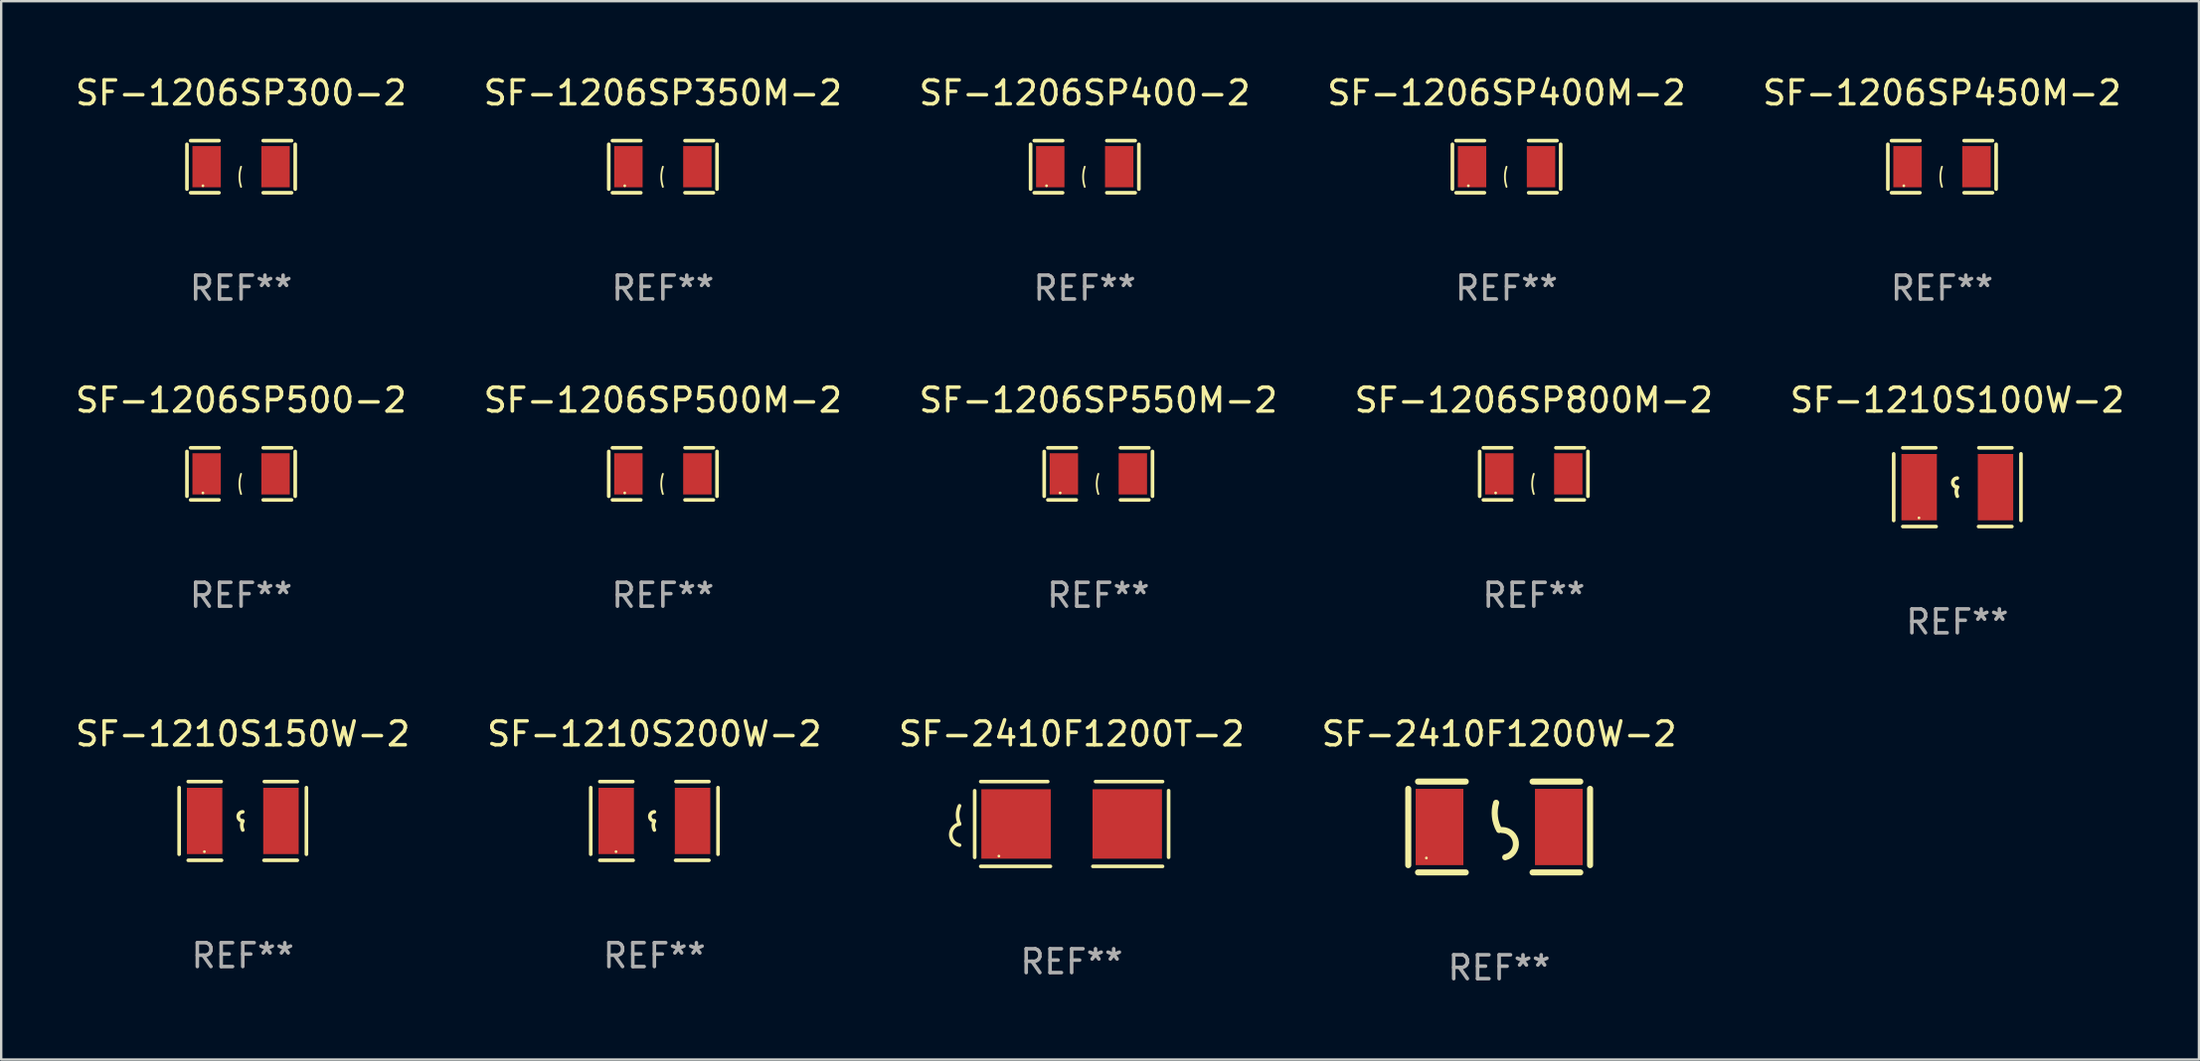
<source format=kicad_pcb>
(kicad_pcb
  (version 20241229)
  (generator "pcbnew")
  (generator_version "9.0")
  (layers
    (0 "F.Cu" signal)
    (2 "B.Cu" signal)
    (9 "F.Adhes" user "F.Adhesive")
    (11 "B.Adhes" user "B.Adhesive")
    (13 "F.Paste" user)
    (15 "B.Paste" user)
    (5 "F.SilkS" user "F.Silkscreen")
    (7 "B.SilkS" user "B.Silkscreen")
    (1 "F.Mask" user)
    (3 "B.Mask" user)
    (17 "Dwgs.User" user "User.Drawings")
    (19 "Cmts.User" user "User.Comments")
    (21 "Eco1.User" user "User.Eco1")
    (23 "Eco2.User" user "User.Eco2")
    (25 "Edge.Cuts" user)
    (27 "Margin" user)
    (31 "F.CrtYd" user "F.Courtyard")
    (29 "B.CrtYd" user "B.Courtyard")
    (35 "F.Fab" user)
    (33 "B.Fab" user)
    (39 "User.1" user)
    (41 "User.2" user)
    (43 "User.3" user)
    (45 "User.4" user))
  (footprint "SF-1210S200W-2"
    (layer "F.Cu")
    (at 24.375 31.379)
    (property "Reference" "SF-1210S200W-2" (at 0 -3.651 0) (layer "F.SilkS") (effects (font (size 1 1) (thickness 0.15))))
    (attr through_hole)
    (fp_line (start -2.667 -1.397) (end -2.667 1.397) (stroke (width 0.152) (type solid)) (layer "F.SilkS"))
    (fp_line (start -2.286 -1.651) (end -0.903 -1.651) (stroke (width 0.152) (type solid)) (layer "F.SilkS"))
    (fp_line (start -0.889 1.651) (end -2.286 1.651) (stroke (width 0.152) (type solid)) (layer "F.SilkS"))
    (fp_line (start 0.889 1.651) (end 2.286 1.651) (stroke (width 0.152) (type solid)) (layer "F.SilkS"))
    (fp_line (start 2.286 -1.651) (end 0.903 -1.651) (stroke (width 0.152) (type solid)) (layer "F.SilkS"))
    (fp_line (start 2.667 -1.397) (end 2.667 1.397) (stroke (width 0.152) (type solid)) (layer "F.SilkS"))
    (fp_arc (start 0 0) (mid -0.1905 -0.1905) (end 0 -0.381) (stroke (width 0.151994) (type solid)) (layer "F.SilkS"))
    (fp_arc (start 0 0.381001) (mid -0.044971 0.1905) (end 0 0) (stroke (width 0.151994) (type solid)) (layer "F.SilkS"))
    (fp_circle (center -1.608 1.288) (end -1.578 1.288) (stroke (width 0.06) (type solid)) (fill no) (layer "F.SilkS"))
    (fp_text user "REF**" (at 0 5.651 0) (layer "F.Fab") (effects (font (size 1 1) (thickness 0.15))))
    (pad "1" smd rect (at -1.6 0) (size 1.485 2.781) (layers "F.Cu" "F.Mask" "F.Paste"))
    (pad "2" smd rect (at 1.6 0) (size 1.485 2.781) (layers "F.Cu" "F.Mask" "F.Paste")))
  (footprint "SF-1210S150W-2"
    (layer "F.Cu")
    (at 7.125 31.379)
    (property "Reference" "SF-1210S150W-2" (at 0 -3.651 0) (layer "F.SilkS") (effects (font (size 1 1) (thickness 0.15))))
    (attr through_hole)
    (fp_line (start -2.667 -1.397) (end -2.667 1.397) (stroke (width 0.152) (type solid)) (layer "F.SilkS"))
    (fp_line (start -2.286 -1.651) (end -0.903 -1.651) (stroke (width 0.152) (type solid)) (layer "F.SilkS"))
    (fp_line (start -0.889 1.651) (end -2.286 1.651) (stroke (width 0.152) (type solid)) (layer "F.SilkS"))
    (fp_line (start 0.889 1.651) (end 2.286 1.651) (stroke (width 0.152) (type solid)) (layer "F.SilkS"))
    (fp_line (start 2.286 -1.651) (end 0.903 -1.651) (stroke (width 0.152) (type solid)) (layer "F.SilkS"))
    (fp_line (start 2.667 -1.397) (end 2.667 1.397) (stroke (width 0.152) (type solid)) (layer "F.SilkS"))
    (fp_arc (start 0 0) (mid -0.1905 -0.1905) (end 0 -0.381) (stroke (width 0.151994) (type solid)) (layer "F.SilkS"))
    (fp_arc (start 0 0.381001) (mid -0.044971 0.1905) (end 0 0) (stroke (width 0.151994) (type solid)) (layer "F.SilkS"))
    (fp_circle (center -1.608 1.288) (end -1.578 1.288) (stroke (width 0.06) (type solid)) (fill no) (layer "F.SilkS"))
    (fp_text user "REF**" (at 0 5.651 0) (layer "F.Fab") (effects (font (size 1 1) (thickness 0.15))))
    (pad "1" smd rect (at -1.6 0) (size 1.485 2.781) (layers "F.Cu" "F.Mask" "F.Paste"))
    (pad "2" smd rect (at 1.6 0) (size 1.485 2.781) (layers "F.Cu" "F.Mask" "F.Paste")))
  (footprint "SF-2410F1200T-2"
    (layer "F.Cu")
    (at 41.863 31.506)
    (property "Reference" "SF-2410F1200T-2" (at 0 -3.778 0) (layer "F.SilkS") (effects (font (size 1 1) (thickness 0.15))))
    (attr through_hole)
    (fp_line (start -4.064 -1.393) (end -4.064 1.401) (stroke (width 0.152) (type solid)) (layer "F.SilkS"))
    (fp_line (start -3.81 -1.778) (end -1.002 -1.778) (stroke (width 0.152) (type solid)) (layer "F.SilkS"))
    (fp_line (start -0.889 1.778) (end -3.81 1.778) (stroke (width 0.152) (type solid)) (layer "F.SilkS"))
    (fp_line (start 0.889 1.778) (end 3.81 1.778) (stroke (width 0.152) (type solid)) (layer "F.SilkS"))
    (fp_line (start 3.81 -1.778) (end 1.002 -1.778) (stroke (width 0.152) (type solid)) (layer "F.SilkS"))
    (fp_line (start 4.064 -1.397) (end 4.064 1.397) (stroke (width 0.152) (type solid)) (layer "F.SilkS"))
    (fp_arc (start -4.699009 0) (mid -4.780645 -0.381001) (end -4.699009 -0.762002) (stroke (width 0.151994) (type solid)) (layer "F.SilkS"))
    (fp_arc (start -4.699009 0.889002) (mid -5.066697 0.444501) (end -4.699009 0) (stroke (width 0.151994) (type solid)) (layer "F.SilkS"))
    (fp_circle (center -3.05 1.347) (end -3.02 1.347) (stroke (width 0.06) (type solid)) (fill no) (layer "F.SilkS"))
    (fp_text user "REF**" (at 0 5.778 0) (layer "F.Fab") (effects (font (size 1 1) (thickness 0.15))))
    (pad "1" smd rect (at -2.33 0) (size 2.91 2.911) (layers "F.Cu" "F.Mask" "F.Paste"))
    (pad "2" smd rect (at 2.33 0) (size 2.91 2.911) (layers "F.Cu" "F.Mask" "F.Paste")))
  (footprint "SF-1206SP350M-2"
    (layer "F.Cu")
    (at 24.732 3.941)
    (property "Reference" "SF-1206SP350M-2" (at 0 -3.093 0) (layer "F.SilkS") (effects (font (size 1 1) (thickness 0.15))))
    (attr through_hole)
    (fp_line (start -2.269 -0.94) (end -2.269 0.94) (stroke (width 0.152) (type solid)) (layer "F.SilkS"))
    (fp_line (start -2.116 1.093) (end -0.926 1.093) (stroke (width 0.152) (type solid)) (layer "F.SilkS"))
    (fp_line (start -0.926 -1.093) (end -2.116 -1.093) (stroke (width 0.152) (type solid)) (layer "F.SilkS"))
    (fp_line (start 0.926 -1.093) (end 2.116 -1.093) (stroke (width 0.152) (type solid)) (layer "F.SilkS"))
    (fp_line (start 2.116 1.093) (end 0.926 1.093) (stroke (width 0.152) (type solid)) (layer "F.SilkS"))
    (fp_line (start 2.269 -0.94) (end 2.269 0.94) (stroke (width 0.152) (type solid)) (layer "F.SilkS"))
    (fp_arc (start 0 0.844951) (mid -0.068559 0.422475) (end 0 0) (stroke (width 0.0762) (type solid)) (layer "F.SilkS"))
    (fp_circle (center -1.6 0.8) (end -1.57 0.8) (stroke (width 0.06) (type solid)) (fill no) (layer "F.SilkS"))
    (fp_text user "REF**" (at 0 5.093 0) (layer "F.Fab") (effects (font (size 1 1) (thickness 0.15))))
    (pad "1" smd rect (at -1.445 0) (size 1.19 1.728) (layers "F.Cu" "F.Mask" "F.Paste"))
    (pad "2" smd rect (at 1.445 0) (size 1.19 1.728) (layers "F.Cu" "F.Mask" "F.Paste")))
  (footprint "SF-1210S100W-2"
    (layer "F.Cu")
    (at 78.982 17.381)
    (property "Reference" "SF-1210S100W-2" (at 0 -3.651 0) (layer "F.SilkS") (effects (font (size 1 1) (thickness 0.15))))
    (attr through_hole)
    (fp_line (start -2.667 -1.397) (end -2.667 1.397) (stroke (width 0.152) (type solid)) (layer "F.SilkS"))
    (fp_line (start -2.286 -1.651) (end -0.903 -1.651) (stroke (width 0.152) (type solid)) (layer "F.SilkS"))
    (fp_line (start -0.889 1.651) (end -2.286 1.651) (stroke (width 0.152) (type solid)) (layer "F.SilkS"))
    (fp_line (start 0.889 1.651) (end 2.286 1.651) (stroke (width 0.152) (type solid)) (layer "F.SilkS"))
    (fp_line (start 2.286 -1.651) (end 0.903 -1.651) (stroke (width 0.152) (type solid)) (layer "F.SilkS"))
    (fp_line (start 2.667 -1.397) (end 2.667 1.397) (stroke (width 0.152) (type solid)) (layer "F.SilkS"))
    (fp_arc (start 0 0) (mid -0.1905 -0.1905) (end 0 -0.381) (stroke (width 0.151994) (type solid)) (layer "F.SilkS"))
    (fp_arc (start 0 0.381001) (mid -0.044971 0.1905) (end 0 0) (stroke (width 0.151994) (type solid)) (layer "F.SilkS"))
    (fp_circle (center -1.608 1.288) (end -1.578 1.288) (stroke (width 0.06) (type solid)) (fill no) (layer "F.SilkS"))
    (fp_text user "REF**" (at 0 5.651 0) (layer "F.Fab") (effects (font (size 1 1) (thickness 0.15))))
    (pad "1" smd rect (at -1.6 0) (size 1.485 2.781) (layers "F.Cu" "F.Mask" "F.Paste"))
    (pad "2" smd rect (at 1.6 0) (size 1.485 2.781) (layers "F.Cu" "F.Mask" "F.Paste")))
  (footprint "SF-1206SP400-2"
    (layer "F.Cu")
    (at 42.411 3.941)
    (property "Reference" "SF-1206SP400-2" (at 0 -3.093 0) (layer "F.SilkS") (effects (font (size 1 1) (thickness 0.15))))
    (attr through_hole)
    (fp_line (start -2.269 -0.94) (end -2.269 0.94) (stroke (width 0.152) (type solid)) (layer "F.SilkS"))
    (fp_line (start -2.116 1.093) (end -0.926 1.093) (stroke (width 0.152) (type solid)) (layer "F.SilkS"))
    (fp_line (start -0.926 -1.093) (end -2.116 -1.093) (stroke (width 0.152) (type solid)) (layer "F.SilkS"))
    (fp_line (start 0.926 -1.093) (end 2.116 -1.093) (stroke (width 0.152) (type solid)) (layer "F.SilkS"))
    (fp_line (start 2.116 1.093) (end 0.926 1.093) (stroke (width 0.152) (type solid)) (layer "F.SilkS"))
    (fp_line (start 2.269 -0.94) (end 2.269 0.94) (stroke (width 0.152) (type solid)) (layer "F.SilkS"))
    (fp_arc (start 0 0.844951) (mid -0.068559 0.422475) (end 0 0) (stroke (width 0.0762) (type solid)) (layer "F.SilkS"))
    (fp_circle (center -1.6 0.8) (end -1.57 0.8) (stroke (width 0.06) (type solid)) (fill no) (layer "F.SilkS"))
    (fp_text user "REF**" (at 0 5.093 0) (layer "F.Fab") (effects (font (size 1 1) (thickness 0.15))))
    (pad "1" smd rect (at -1.445 0) (size 1.19 1.728) (layers "F.Cu" "F.Mask" "F.Paste"))
    (pad "2" smd rect (at 1.445 0) (size 1.19 1.728) (layers "F.Cu" "F.Mask" "F.Paste")))
  (footprint "SF-1206SP400M-2"
    (layer "F.Cu")
    (at 60.089 3.941)
    (property "Reference" "SF-1206SP400M-2" (at 0 -3.093 0) (layer "F.SilkS") (effects (font (size 1 1) (thickness 0.15))))
    (attr through_hole)
    (fp_line (start -2.269 -0.94) (end -2.269 0.94) (stroke (width 0.152) (type solid)) (layer "F.SilkS"))
    (fp_line (start -2.116 1.093) (end -0.926 1.093) (stroke (width 0.152) (type solid)) (layer "F.SilkS"))
    (fp_line (start -0.926 -1.093) (end -2.116 -1.093) (stroke (width 0.152) (type solid)) (layer "F.SilkS"))
    (fp_line (start 0.926 -1.093) (end 2.116 -1.093) (stroke (width 0.152) (type solid)) (layer "F.SilkS"))
    (fp_line (start 2.116 1.093) (end 0.926 1.093) (stroke (width 0.152) (type solid)) (layer "F.SilkS"))
    (fp_line (start 2.269 -0.94) (end 2.269 0.94) (stroke (width 0.152) (type solid)) (layer "F.SilkS"))
    (fp_arc (start 0 0.844951) (mid -0.068559 0.422475) (end 0 0) (stroke (width 0.0762) (type solid)) (layer "F.SilkS"))
    (fp_circle (center -1.6 0.8) (end -1.57 0.8) (stroke (width 0.06) (type solid)) (fill no) (layer "F.SilkS"))
    (fp_text user "REF**" (at 0 5.093 0) (layer "F.Fab") (effects (font (size 1 1) (thickness 0.15))))
    (pad "1" smd rect (at -1.445 0) (size 1.19 1.728) (layers "F.Cu" "F.Mask" "F.Paste"))
    (pad "2" smd rect (at 1.445 0) (size 1.19 1.728) (layers "F.Cu" "F.Mask" "F.Paste")))
  (footprint "SF-2410F1200W-2"
    (layer "F.Cu")
    (at 59.78 31.633)
    (property "Reference" "SF-2410F1200W-2" (at 0 -3.905 0) (layer "F.SilkS") (effects (font (size 1 1) (thickness 0.15))))
    (attr through_hole)
    (fp_line (start -3.81 -1.6) (end -3.81 1.6) (stroke (width 0.254) (type solid)) (layer "F.SilkS"))
    (fp_line (start -3.4 -1.905) (end -1.4 -1.905) (stroke (width 0.254) (type solid)) (layer "F.SilkS"))
    (fp_line (start -3.4 1.905) (end -1.4 1.905) (stroke (width 0.254) (type solid)) (layer "F.SilkS"))
    (fp_line (start 1.4 -1.905) (end 3.4 -1.905) (stroke (width 0.254) (type solid)) (layer "F.SilkS"))
    (fp_line (start 1.4 1.905) (end 3.4 1.905) (stroke (width 0.254) (type solid)) (layer "F.SilkS"))
    (fp_line (start 3.81 -1.6) (end 3.81 1.6) (stroke (width 0.254) (type solid)) (layer "F.SilkS"))
    (fp_arc (start 0 0.127) (mid -0.178599 -0.431712) (end -0.127 -1.016002) (stroke (width 0.254001) (type solid)) (layer "F.SilkS"))
    (fp_arc (start 0.126999 0.127) (mid 0.698883 0.642014) (end 0.254001 1.270003) (stroke (width 0.254001) (type solid)) (layer "F.SilkS"))
    (fp_circle (center -3.05 1.3) (end -3.02 1.3) (stroke (width 0.06) (type solid)) (fill no) (layer "F.SilkS"))
    (fp_text user "REF**" (at 0 5.905 0) (layer "F.Fab") (effects (font (size 1 1) (thickness 0.15))))
    (pad "1" smd rect (at -2.5 0) (size 2 3.2) (layers "F.Cu" "F.Mask" "F.Paste"))
    (pad "2" smd rect (at 2.5 0) (size 2 3.2) (layers "F.Cu" "F.Mask" "F.Paste")))
  (footprint "SF-1206SP550M-2"
    (layer "F.Cu")
    (at 42.982 16.823)
    (property "Reference" "SF-1206SP550M-2" (at 0 -3.093 0) (layer "F.SilkS") (effects (font (size 1 1) (thickness 0.15))))
    (attr through_hole)
    (fp_line (start -2.269 -0.94) (end -2.269 0.94) (stroke (width 0.152) (type solid)) (layer "F.SilkS"))
    (fp_line (start -2.116 1.093) (end -0.926 1.093) (stroke (width 0.152) (type solid)) (layer "F.SilkS"))
    (fp_line (start -0.926 -1.093) (end -2.116 -1.093) (stroke (width 0.152) (type solid)) (layer "F.SilkS"))
    (fp_line (start 0.926 -1.093) (end 2.116 -1.093) (stroke (width 0.152) (type solid)) (layer "F.SilkS"))
    (fp_line (start 2.116 1.093) (end 0.926 1.093) (stroke (width 0.152) (type solid)) (layer "F.SilkS"))
    (fp_line (start 2.269 -0.94) (end 2.269 0.94) (stroke (width 0.152) (type solid)) (layer "F.SilkS"))
    (fp_arc (start 0 0.844951) (mid -0.068559 0.422475) (end 0 0) (stroke (width 0.0762) (type solid)) (layer "F.SilkS"))
    (fp_circle (center -1.6 0.8) (end -1.57 0.8) (stroke (width 0.06) (type solid)) (fill no) (layer "F.SilkS"))
    (fp_text user "REF**" (at 0 5.093 0) (layer "F.Fab") (effects (font (size 1 1) (thickness 0.15))))
    (pad "1" smd rect (at -1.445 0) (size 1.19 1.728) (layers "F.Cu" "F.Mask" "F.Paste"))
    (pad "2" smd rect (at 1.445 0) (size 1.19 1.728) (layers "F.Cu" "F.Mask" "F.Paste")))
  (footprint "SF-1206SP300-2"
    (layer "F.Cu")
    (at 7.054 3.941)
    (property "Reference" "SF-1206SP300-2" (at 0 -3.093 0) (layer "F.SilkS") (effects (font (size 1 1) (thickness 0.15))))
    (attr through_hole)
    (fp_line (start -2.269 -0.94) (end -2.269 0.94) (stroke (width 0.152) (type solid)) (layer "F.SilkS"))
    (fp_line (start -2.116 1.093) (end -0.926 1.093) (stroke (width 0.152) (type solid)) (layer "F.SilkS"))
    (fp_line (start -0.926 -1.093) (end -2.116 -1.093) (stroke (width 0.152) (type solid)) (layer "F.SilkS"))
    (fp_line (start 0.926 -1.093) (end 2.116 -1.093) (stroke (width 0.152) (type solid)) (layer "F.SilkS"))
    (fp_line (start 2.116 1.093) (end 0.926 1.093) (stroke (width 0.152) (type solid)) (layer "F.SilkS"))
    (fp_line (start 2.269 -0.94) (end 2.269 0.94) (stroke (width 0.152) (type solid)) (layer "F.SilkS"))
    (fp_arc (start 0 0.844951) (mid -0.068559 0.422475) (end 0 0) (stroke (width 0.0762) (type solid)) (layer "F.SilkS"))
    (fp_circle (center -1.6 0.8) (end -1.57 0.8) (stroke (width 0.06) (type solid)) (fill no) (layer "F.SilkS"))
    (fp_text user "REF**" (at 0 5.093 0) (layer "F.Fab") (effects (font (size 1 1) (thickness 0.15))))
    (pad "1" smd rect (at -1.445 0) (size 1.19 1.728) (layers "F.Cu" "F.Mask" "F.Paste"))
    (pad "2" smd rect (at 1.445 0) (size 1.19 1.728) (layers "F.Cu" "F.Mask" "F.Paste")))
  (footprint "SF-1206SP500M-2"
    (layer "F.Cu")
    (at 24.732 16.823)
    (property "Reference" "SF-1206SP500M-2" (at 0 -3.093 0) (layer "F.SilkS") (effects (font (size 1 1) (thickness 0.15))))
    (attr through_hole)
    (fp_line (start -2.269 -0.94) (end -2.269 0.94) (stroke (width 0.152) (type solid)) (layer "F.SilkS"))
    (fp_line (start -2.116 1.093) (end -0.926 1.093) (stroke (width 0.152) (type solid)) (layer "F.SilkS"))
    (fp_line (start -0.926 -1.093) (end -2.116 -1.093) (stroke (width 0.152) (type solid)) (layer "F.SilkS"))
    (fp_line (start 0.926 -1.093) (end 2.116 -1.093) (stroke (width 0.152) (type solid)) (layer "F.SilkS"))
    (fp_line (start 2.116 1.093) (end 0.926 1.093) (stroke (width 0.152) (type solid)) (layer "F.SilkS"))
    (fp_line (start 2.269 -0.94) (end 2.269 0.94) (stroke (width 0.152) (type solid)) (layer "F.SilkS"))
    (fp_arc (start 0 0.844951) (mid -0.068559 0.422475) (end 0 0) (stroke (width 0.0762) (type solid)) (layer "F.SilkS"))
    (fp_circle (center -1.6 0.8) (end -1.57 0.8) (stroke (width 0.06) (type solid)) (fill no) (layer "F.SilkS"))
    (fp_text user "REF**" (at 0 5.093 0) (layer "F.Fab") (effects (font (size 1 1) (thickness 0.15))))
    (pad "1" smd rect (at -1.445 0) (size 1.19 1.728) (layers "F.Cu" "F.Mask" "F.Paste"))
    (pad "2" smd rect (at 1.445 0) (size 1.19 1.728) (layers "F.Cu" "F.Mask" "F.Paste")))
  (footprint "SF-1206SP800M-2"
    (layer "F.Cu")
    (at 61.232 16.823)
    (property "Reference" "SF-1206SP800M-2" (at 0 -3.093 0) (layer "F.SilkS") (effects (font (size 1 1) (thickness 0.15))))
    (attr through_hole)
    (fp_line (start -2.269 -0.94) (end -2.269 0.94) (stroke (width 0.152) (type solid)) (layer "F.SilkS"))
    (fp_line (start -2.116 1.093) (end -0.926 1.093) (stroke (width 0.152) (type solid)) (layer "F.SilkS"))
    (fp_line (start -0.926 -1.093) (end -2.116 -1.093) (stroke (width 0.152) (type solid)) (layer "F.SilkS"))
    (fp_line (start 0.926 -1.093) (end 2.116 -1.093) (stroke (width 0.152) (type solid)) (layer "F.SilkS"))
    (fp_line (start 2.116 1.093) (end 0.926 1.093) (stroke (width 0.152) (type solid)) (layer "F.SilkS"))
    (fp_line (start 2.269 -0.94) (end 2.269 0.94) (stroke (width 0.152) (type solid)) (layer "F.SilkS"))
    (fp_arc (start 0 0.844951) (mid -0.068559 0.422475) (end 0 0) (stroke (width 0.0762) (type solid)) (layer "F.SilkS"))
    (fp_circle (center -1.6 0.8) (end -1.57 0.8) (stroke (width 0.06) (type solid)) (fill no) (layer "F.SilkS"))
    (fp_text user "REF**" (at 0 5.093 0) (layer "F.Fab") (effects (font (size 1 1) (thickness 0.15))))
    (pad "1" smd rect (at -1.445 0) (size 1.19 1.728) (layers "F.Cu" "F.Mask" "F.Paste"))
    (pad "2" smd rect (at 1.445 0) (size 1.19 1.728) (layers "F.Cu" "F.Mask" "F.Paste")))
  (footprint "SF-1206SP500-2"
    (layer "F.Cu")
    (at 7.054 16.823)
    (property "Reference" "SF-1206SP500-2" (at 0 -3.093 0) (layer "F.SilkS") (effects (font (size 1 1) (thickness 0.15))))
    (attr through_hole)
    (fp_line (start -2.269 -0.94) (end -2.269 0.94) (stroke (width 0.152) (type solid)) (layer "F.SilkS"))
    (fp_line (start -2.116 1.093) (end -0.926 1.093) (stroke (width 0.152) (type solid)) (layer "F.SilkS"))
    (fp_line (start -0.926 -1.093) (end -2.116 -1.093) (stroke (width 0.152) (type solid)) (layer "F.SilkS"))
    (fp_line (start 0.926 -1.093) (end 2.116 -1.093) (stroke (width 0.152) (type solid)) (layer "F.SilkS"))
    (fp_line (start 2.116 1.093) (end 0.926 1.093) (stroke (width 0.152) (type solid)) (layer "F.SilkS"))
    (fp_line (start 2.269 -0.94) (end 2.269 0.94) (stroke (width 0.152) (type solid)) (layer "F.SilkS"))
    (fp_arc (start 0 0.844951) (mid -0.068559 0.422475) (end 0 0) (stroke (width 0.0762) (type solid)) (layer "F.SilkS"))
    (fp_circle (center -1.6 0.8) (end -1.57 0.8) (stroke (width 0.06) (type solid)) (fill no) (layer "F.SilkS"))
    (fp_text user "REF**" (at 0 5.093 0) (layer "F.Fab") (effects (font (size 1 1) (thickness 0.15))))
    (pad "1" smd rect (at -1.445 0) (size 1.19 1.728) (layers "F.Cu" "F.Mask" "F.Paste"))
    (pad "2" smd rect (at 1.445 0) (size 1.19 1.728) (layers "F.Cu" "F.Mask" "F.Paste")))
  (footprint "SF-1206SP450M-2"
    (layer "F.Cu")
    (at 78.339 3.941)
    (property "Reference" "SF-1206SP450M-2" (at 0 -3.093 0) (layer "F.SilkS") (effects (font (size 1 1) (thickness 0.15))))
    (attr through_hole)
    (fp_line (start -2.269 -0.94) (end -2.269 0.94) (stroke (width 0.152) (type solid)) (layer "F.SilkS"))
    (fp_line (start -2.116 1.093) (end -0.926 1.093) (stroke (width 0.152) (type solid)) (layer "F.SilkS"))
    (fp_line (start -0.926 -1.093) (end -2.116 -1.093) (stroke (width 0.152) (type solid)) (layer "F.SilkS"))
    (fp_line (start 0.926 -1.093) (end 2.116 -1.093) (stroke (width 0.152) (type solid)) (layer "F.SilkS"))
    (fp_line (start 2.116 1.093) (end 0.926 1.093) (stroke (width 0.152) (type solid)) (layer "F.SilkS"))
    (fp_line (start 2.269 -0.94) (end 2.269 0.94) (stroke (width 0.152) (type solid)) (layer "F.SilkS"))
    (fp_arc (start 0 0.844951) (mid -0.068559 0.422475) (end 0 0) (stroke (width 0.0762) (type solid)) (layer "F.SilkS"))
    (fp_circle (center -1.6 0.8) (end -1.57 0.8) (stroke (width 0.06) (type solid)) (fill no) (layer "F.SilkS"))
    (fp_text user "REF**" (at 0 5.093 0) (layer "F.Fab") (effects (font (size 1 1) (thickness 0.15))))
    (pad "1" smd rect (at -1.445 0) (size 1.19 1.728) (layers "F.Cu" "F.Mask" "F.Paste"))
    (pad "2" smd rect (at 1.445 0) (size 1.19 1.728) (layers "F.Cu" "F.Mask" "F.Paste")))
  (gr_rect
    (start -3 -3)
    (end 89.107 41.387)
    (stroke (width 0.1) (type default))
    (fill no)
    (layer "Edge.Cuts")))
</source>
